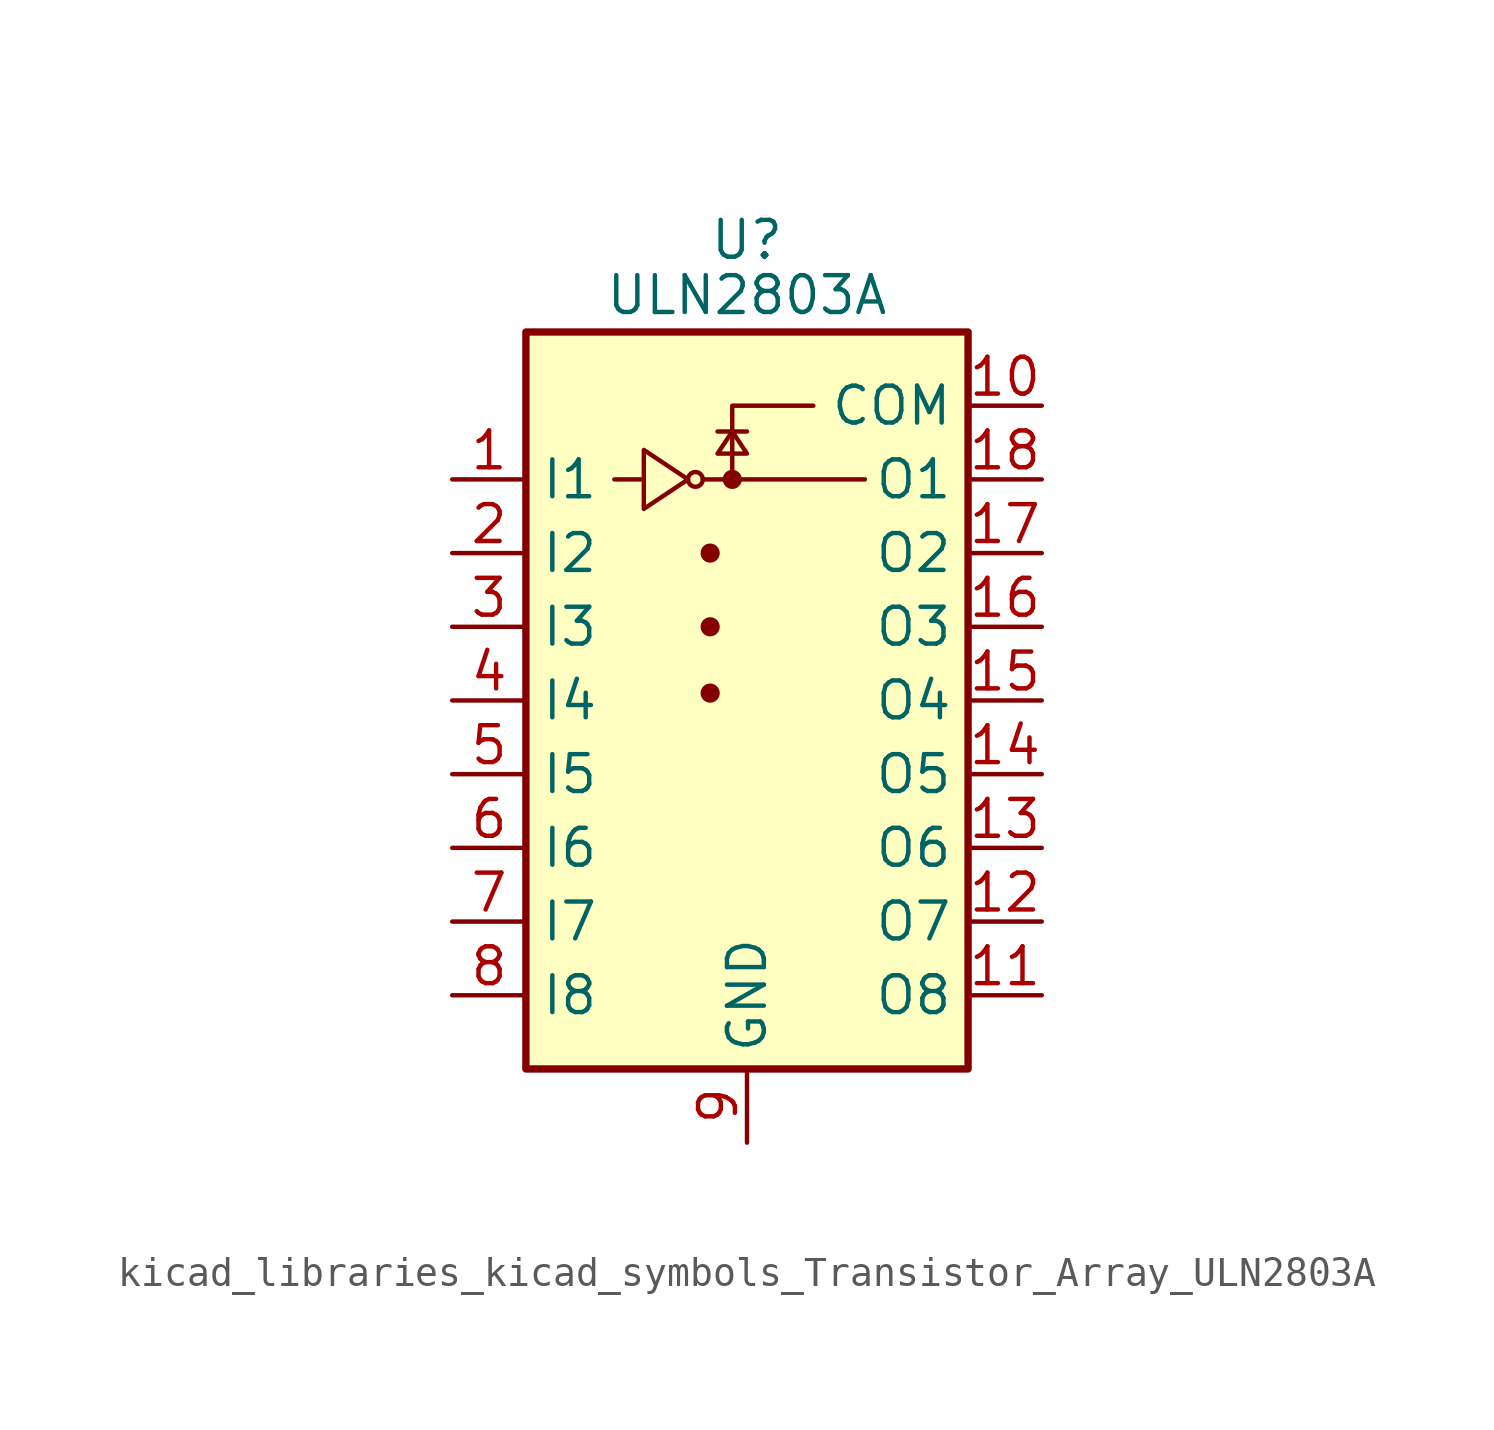
<source format=kicad_sym>
(kicad_symbol_lib
  (version 20220914)
  (generator kicad_symbol_editor)
  (symbol "kicad_libraries_kicad_symbols_Transistor_Array_ULN2803A"
    (property "Reference" "U"
      (at 0 13.335 0)
      (effects (font (size 1.27 1.27))))
    (property "Value" "ULN2803A"
      (at 0 11.43 0)
      (effects (font (size 1.27 1.27))))
    (symbol "kicad_libraries_kicad_symbols_Transistor_Array_ULN2803A_0_1"
      (rectangle (start -7.62 -15.24) (end 7.62 10.16) (stroke (width 0.254) (type default)) (fill (type background)))
      (circle (center -1.778 5.08) (radius 0.254) (stroke (width 0) (type default)) (fill (type none)))
      (circle (center -1.27 -2.286) (radius 0.254) (stroke (width 0) (type default)) (fill (type outline)))
      (circle (center -1.27 0) (radius 0.254) (stroke (width 0) (type default)) (fill (type outline)))
      (circle (center -1.27 2.54) (radius 0.254) (stroke (width 0) (type default)) (fill (type outline)))
      (circle (center -0.508 5.08) (radius 0.254) (stroke (width 0) (type default)) (fill (type outline)))
      (polyline (pts (xy -4.572 5.08) (xy -3.556 5.08)) (stroke (width 0) (type default)) (fill (type none)))
      (polyline (pts (xy -1.524 5.08) (xy 4.064 5.08)) (stroke (width 0) (type default)) (fill (type none)))
      (polyline (pts (xy 0 6.731) (xy -1.016 6.731)) (stroke (width 0) (type default)) (fill (type none)))
      (polyline (pts (xy -0.508 5.08) (xy -0.508 7.62) (xy 2.286 7.62)) (stroke (width 0) (type default)) (fill (type none)))
      (polyline (pts (xy -3.556 6.096) (xy -3.556 4.064) (xy -2.032 5.08) (xy -3.556 6.096)) (stroke (width 0) (type default)) (fill (type none)))
      (polyline (pts (xy 0 5.969) (xy -1.016 5.969) (xy -0.508 6.731) (xy 0 5.969)) (stroke (width 0) (type default)) (fill (type none))))
    (symbol "kicad_libraries_kicad_symbols_Transistor_Array_ULN2803A_1_1"
      (pin input line (at -10.16 5.08 0) (length 2.54) (name "I1" (effects (font (size 1.27 1.27)))) (number "1" (effects (font (size 1.27 1.27)))))
      (pin passive line (at 10.16 7.62 180) (length 2.54) (name "COM" (effects (font (size 1.27 1.27)))) (number "10" (effects (font (size 1.27 1.27)))))
      (pin open_collector line (at 10.16 -12.7 180) (length 2.54) (name "O8" (effects (font (size 1.27 1.27)))) (number "11" (effects (font (size 1.27 1.27)))))
      (pin open_collector line (at 10.16 -10.16 180) (length 2.54) (name "O7" (effects (font (size 1.27 1.27)))) (number "12" (effects (font (size 1.27 1.27)))))
      (pin open_collector line (at 10.16 -7.62 180) (length 2.54) (name "O6" (effects (font (size 1.27 1.27)))) (number "13" (effects (font (size 1.27 1.27)))))
      (pin open_collector line (at 10.16 -5.08 180) (length 2.54) (name "O5" (effects (font (size 1.27 1.27)))) (number "14" (effects (font (size 1.27 1.27)))))
      (pin open_collector line (at 10.16 -2.54 180) (length 2.54) (name "O4" (effects (font (size 1.27 1.27)))) (number "15" (effects (font (size 1.27 1.27)))))
      (pin open_collector line (at 10.16 0 180) (length 2.54) (name "O3" (effects (font (size 1.27 1.27)))) (number "16" (effects (font (size 1.27 1.27)))))
      (pin open_collector line (at 10.16 2.54 180) (length 2.54) (name "O2" (effects (font (size 1.27 1.27)))) (number "17" (effects (font (size 1.27 1.27)))))
      (pin open_collector line (at 10.16 5.08 180) (length 2.54) (name "O1" (effects (font (size 1.27 1.27)))) (number "18" (effects (font (size 1.27 1.27)))))
      (pin input line (at -10.16 2.54 0) (length 2.54) (name "I2" (effects (font (size 1.27 1.27)))) (number "2" (effects (font (size 1.27 1.27)))))
      (pin input line (at -10.16 0 0) (length 2.54) (name "I3" (effects (font (size 1.27 1.27)))) (number "3" (effects (font (size 1.27 1.27)))))
      (pin input line (at -10.16 -2.54 0) (length 2.54) (name "I4" (effects (font (size 1.27 1.27)))) (number "4" (effects (font (size 1.27 1.27)))))
      (pin input line (at -10.16 -5.08 0) (length 2.54) (name "I5" (effects (font (size 1.27 1.27)))) (number "5" (effects (font (size 1.27 1.27)))))
      (pin input line (at -10.16 -7.62 0) (length 2.54) (name "I6" (effects (font (size 1.27 1.27)))) (number "6" (effects (font (size 1.27 1.27)))))
      (pin input line (at -10.16 -10.16 0) (length 2.54) (name "I7" (effects (font (size 1.27 1.27)))) (number "7" (effects (font (size 1.27 1.27)))))
      (pin input line (at -10.16 -12.7 0) (length 2.54) (name "I8" (effects (font (size 1.27 1.27)))) (number "8" (effects (font (size 1.27 1.27)))))
      (pin power_in line (at 0 -17.78 90) (length 2.54) (name "GND" (effects (font (size 1.27 1.27)))) (number "9" (effects (font (size 1.27 1.27))))))))
</source>
